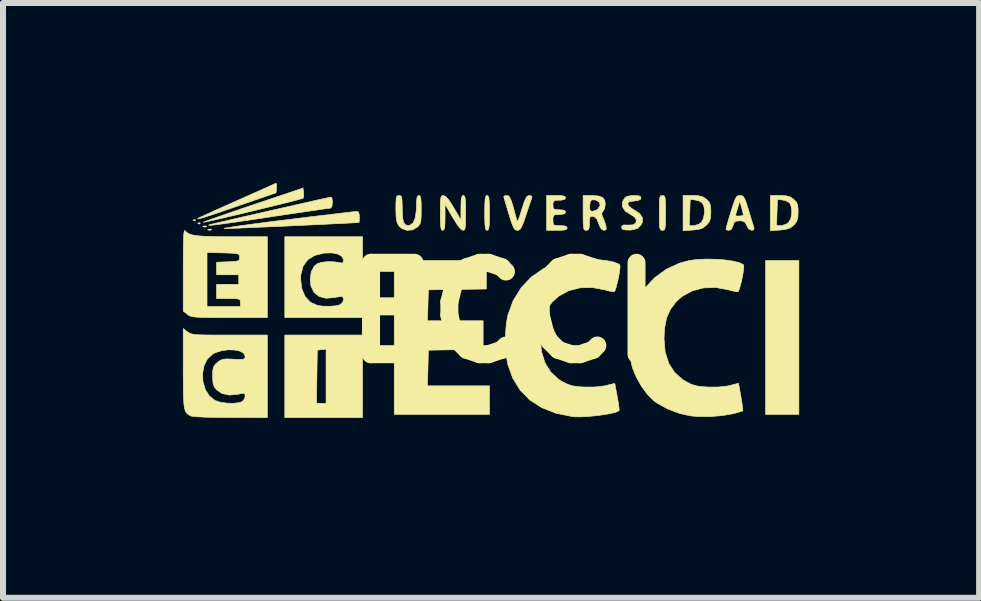
<source format=kicad_pcb>
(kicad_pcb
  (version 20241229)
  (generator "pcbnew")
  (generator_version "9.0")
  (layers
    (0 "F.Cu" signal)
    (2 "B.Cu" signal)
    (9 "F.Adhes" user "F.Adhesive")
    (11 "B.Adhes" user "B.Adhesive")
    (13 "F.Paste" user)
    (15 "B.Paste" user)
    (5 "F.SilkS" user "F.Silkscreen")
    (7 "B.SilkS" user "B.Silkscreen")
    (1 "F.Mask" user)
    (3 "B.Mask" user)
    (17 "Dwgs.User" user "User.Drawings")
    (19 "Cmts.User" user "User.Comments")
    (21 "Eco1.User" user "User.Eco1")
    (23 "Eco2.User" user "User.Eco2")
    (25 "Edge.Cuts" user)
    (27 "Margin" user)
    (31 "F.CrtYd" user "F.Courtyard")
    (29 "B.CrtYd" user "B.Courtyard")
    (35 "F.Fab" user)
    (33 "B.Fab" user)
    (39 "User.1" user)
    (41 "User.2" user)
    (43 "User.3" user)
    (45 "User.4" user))
  (footprint "ECCI"
    (layer "F.Cu")
    (at 5.35 2.167)
    (property "Reference" "ECCI" (at 0 0 0) (layer "F.SilkS") (effects (font (size 1.524 1.524) (thickness 0.3))))
    (attr through_hole)
    (fp_poly (pts (xy 4.921 1.693) (xy 4.366 1.693) (xy 4.366 -0.873) (xy 4.921 -0.873) (xy 4.921 1.693)) (stroke (width 0.01) (type solid)) (fill yes) (layer "F.SilkS"))
    (fp_poly (pts (xy -5.142 -1.552) (xy -5.145 -1.536) (xy -5.159 -1.535) (xy -5.181 -1.544) (xy -5.177 -1.552) (xy -5.146 -1.555) (xy -5.142 -1.552)) (stroke (width 0.01) (type solid)) (fill yes) (layer "F.SilkS"))
    (fp_poly (pts (xy -5.062 -1.499) (xy -5.066 -1.484) (xy -5.08 -1.482) (xy -5.102 -1.491) (xy -5.098 -1.499) (xy -5.066 -1.502) (xy -5.062 -1.499)) (stroke (width 0.01) (type solid)) (fill yes) (layer "F.SilkS"))
    (fp_poly (pts (xy -4.955 -1.445) (xy -4.963 -1.433) (xy -4.99 -1.431) (xy -5.018 -1.437) (xy -5.006 -1.447) (xy -4.964 -1.45) (xy -4.955 -1.445)) (stroke (width 0.01) (type solid)) (fill yes) (layer "F.SilkS"))
    (fp_poly (pts (xy -4.875 -1.392) (xy -4.883 -1.38) (xy -4.91 -1.378) (xy -4.938 -1.384) (xy -4.926 -1.394) (xy -4.885 -1.397) (xy -4.875 -1.392)) (stroke (width 0.01) (type solid)) (fill yes) (layer "F.SilkS"))
    (fp_poly (pts (xy -2.355 1.746) (xy -3.651 1.746) (xy -3.651 1.508) (xy -3.123 1.508) (xy -2.963 1.508) (xy -2.963 0.605) (xy -3.036 0.613) (xy -3.109 0.622) (xy -3.116 1.065) (xy -3.123 1.508) (xy -3.651 1.508) (xy -3.651 0.37) (xy -2.355 0.37) (xy -2.355 1.746)) (stroke (width 0.01) (type solid)) (fill yes) (layer "F.SilkS"))
    (fp_poly (pts (xy -0.291 -0.398) (xy -0.774 -0.391) (xy -1.257 -0.384) (xy -1.264 -0.126) (xy -1.272 0.132) (xy -0.344 0.132) (xy -0.344 0.607) (xy -0.8 0.615) (xy -1.257 0.622) (xy -1.264 0.919) (xy -1.272 1.217) (xy -0.238 1.217) (xy -0.238 1.693) (xy -1.826 1.693) (xy -1.826 -0.873) (xy -0.291 -0.873) (xy -0.291 -0.398)) (stroke (width 0.01) (type solid)) (fill yes) (layer "F.SilkS"))
    (fp_poly (pts (xy -0.26 -1.95) (xy -0.248 -1.919) (xy -0.242 -1.858) (xy -0.239 -1.758) (xy -0.238 -1.667) (xy -0.239 -1.537) (xy -0.243 -1.451) (xy -0.252 -1.401) (xy -0.265 -1.379) (xy -0.278 -1.376) (xy -0.296 -1.384) (xy -0.307 -1.415) (xy -0.314 -1.476) (xy -0.317 -1.576) (xy -0.318 -1.667) (xy -0.316 -1.797) (xy -0.312 -1.883) (xy -0.304 -1.933) (xy -0.29 -1.955) (xy -0.278 -1.958) (xy -0.26 -1.95)) (stroke (width 0.01) (type solid)) (fill yes) (layer "F.SilkS"))
    (fp_poly (pts (xy 2.669 -1.955) (xy 2.684 -1.938) (xy 2.693 -1.9) (xy 2.697 -1.831) (xy 2.699 -1.722) (xy 2.699 -1.667) (xy 2.698 -1.54) (xy 2.695 -1.456) (xy 2.688 -1.407) (xy 2.676 -1.383) (xy 2.656 -1.376) (xy 2.646 -1.376) (xy 2.623 -1.379) (xy 2.607 -1.395) (xy 2.599 -1.433) (xy 2.594 -1.503) (xy 2.593 -1.612) (xy 2.593 -1.667) (xy 2.594 -1.794) (xy 2.596 -1.878) (xy 2.603 -1.927) (xy 2.616 -1.95) (xy 2.636 -1.958) (xy 2.646 -1.958) (xy 2.669 -1.955)) (stroke (width 0.01) (type solid)) (fill yes) (layer "F.SilkS"))
    (fp_poly (pts (xy -3.789 -2.148) (xy -3.787 -2.098) (xy -3.788 -2.088) (xy -3.797 -2.002) (xy -4.432 -1.783) (xy -4.648 -1.709) (xy -4.818 -1.651) (xy -4.945 -1.609) (xy -5.033 -1.582) (xy -5.085 -1.568) (xy -5.105 -1.566) (xy -5.096 -1.576) (xy -5.08 -1.586) (xy -5.046 -1.602) (xy -4.97 -1.637) (xy -4.86 -1.687) (xy -4.722 -1.749) (xy -4.565 -1.819) (xy -4.432 -1.879) (xy -4.264 -1.953) (xy -4.113 -2.02) (xy -3.984 -2.078) (xy -3.885 -2.123) (xy -3.821 -2.152) (xy -3.802 -2.162) (xy -3.789 -2.148)) (stroke (width 0.01) (type solid)) (fill yes) (layer "F.SilkS"))
    (fp_poly (pts (xy -3.338 -2.004) (xy -3.337 -1.944) (xy -3.344 -1.912) (xy -3.372 -1.903) (xy -3.445 -1.883) (xy -3.554 -1.855) (xy -3.691 -1.82) (xy -3.851 -1.781) (xy -4.024 -1.739) (xy -4.204 -1.695) (xy -4.382 -1.652) (xy -4.552 -1.612) (xy -4.706 -1.576) (xy -4.836 -1.546) (xy -4.936 -1.524) (xy -4.996 -1.512) (xy -5.011 -1.51) (xy -4.994 -1.519) (xy -4.932 -1.542) (xy -4.831 -1.578) (xy -4.697 -1.625) (xy -4.534 -1.681) (xy -4.349 -1.745) (xy -4.194 -1.797) (xy -3.347 -2.082) (xy -3.338 -2.004)) (stroke (width 0.01) (type solid)) (fill yes) (layer "F.SilkS"))
    (fp_poly (pts (xy 3.247 -1.953) (xy 3.315 -1.936) (xy 3.372 -1.9) (xy 3.379 -1.894) (xy 3.423 -1.849) (xy 3.445 -1.799) (xy 3.452 -1.725) (xy 3.453 -1.683) (xy 3.449 -1.59) (xy 3.431 -1.528) (xy 3.393 -1.477) (xy 3.381 -1.464) (xy 3.327 -1.42) (xy 3.261 -1.395) (xy 3.165 -1.382) (xy 3.15 -1.381) (xy 2.99 -1.369) (xy 2.99 -1.455) (xy 3.093 -1.455) (xy 3.17 -1.455) (xy 3.25 -1.476) (xy 3.297 -1.511) (xy 3.331 -1.578) (xy 3.347 -1.668) (xy 3.342 -1.758) (xy 3.316 -1.827) (xy 3.307 -1.836) (xy 3.252 -1.868) (xy 3.188 -1.883) (xy 3.109 -1.892) (xy 3.101 -1.673) (xy 3.093 -1.455) (xy 2.99 -1.455) (xy 2.99 -1.958) (xy 3.147 -1.958) (xy 3.247 -1.953)) (stroke (width 0.01) (type solid)) (fill yes) (layer "F.SilkS"))
    (fp_poly (pts (xy 4.703 -1.953) (xy 4.771 -1.936) (xy 4.827 -1.9) (xy 4.834 -1.894) (xy 4.878 -1.849) (xy 4.9 -1.799) (xy 4.908 -1.725) (xy 4.908 -1.683) (xy 4.904 -1.59) (xy 4.886 -1.528) (xy 4.849 -1.477) (xy 4.836 -1.464) (xy 4.782 -1.42) (xy 4.716 -1.395) (xy 4.62 -1.382) (xy 4.605 -1.381) (xy 4.445 -1.369) (xy 4.445 -1.455) (xy 4.549 -1.455) (xy 4.625 -1.455) (xy 4.705 -1.476) (xy 4.752 -1.511) (xy 4.787 -1.578) (xy 4.802 -1.668) (xy 4.797 -1.758) (xy 4.771 -1.827) (xy 4.763 -1.836) (xy 4.708 -1.868) (xy 4.643 -1.883) (xy 4.564 -1.892) (xy 4.556 -1.673) (xy 4.549 -1.455) (xy 4.445 -1.455) (xy 4.445 -1.958) (xy 4.602 -1.958) (xy 4.703 -1.953)) (stroke (width 0.01) (type solid)) (fill yes) (layer "F.SilkS"))
    (fp_poly (pts (xy 2.25 -1.952) (xy 2.285 -1.937) (xy 2.285 -1.937) (xy 2.286 -1.899) (xy 2.243 -1.874) (xy 2.17 -1.865) (xy 2.095 -1.854) (xy 2.067 -1.823) (xy 2.085 -1.78) (xy 2.149 -1.731) (xy 2.169 -1.72) (xy 2.268 -1.654) (xy 2.315 -1.581) (xy 2.309 -1.505) (xy 2.284 -1.461) (xy 2.234 -1.412) (xy 2.167 -1.388) (xy 2.11 -1.381) (xy 2.034 -1.382) (xy 1.982 -1.393) (xy 1.972 -1.401) (xy 1.965 -1.443) (xy 2.001 -1.466) (xy 2.072 -1.464) (xy 2.155 -1.467) (xy 2.202 -1.499) (xy 2.211 -1.547) (xy 2.179 -1.6) (xy 2.113 -1.642) (xy 2.024 -1.698) (xy 1.978 -1.77) (xy 1.979 -1.851) (xy 1.982 -1.858) (xy 2.016 -1.914) (xy 2.051 -1.941) (xy 2.111 -1.954) (xy 2.184 -1.957) (xy 2.25 -1.952)) (stroke (width 0.01) (type solid)) (fill yes) (layer "F.SilkS"))
    (fp_poly (pts (xy -2.422 -1.68) (xy -2.409 -1.632) (xy -2.408 -1.601) (xy -2.409 -1.539) (xy -2.413 -1.508) (xy -2.414 -1.507) (xy -2.451 -1.504) (xy -2.535 -1.5) (xy -2.657 -1.493) (xy -2.811 -1.486) (xy -2.991 -1.477) (xy -3.188 -1.468) (xy -3.398 -1.458) (xy -3.612 -1.448) (xy -3.823 -1.439) (xy -4.025 -1.43) (xy -4.211 -1.422) (xy -4.373 -1.415) (xy -4.506 -1.41) (xy -4.602 -1.407) (xy -4.653 -1.406) (xy -4.657 -1.406) (xy -4.662 -1.409) (xy -4.619 -1.418) (xy -4.533 -1.432) (xy -4.407 -1.451) (xy -4.247 -1.473) (xy -4.056 -1.498) (xy -3.839 -1.526) (xy -3.651 -1.549) (xy -3.409 -1.579) (xy -3.182 -1.607) (xy -2.976 -1.631) (xy -2.796 -1.653) (xy -2.649 -1.67) (xy -2.538 -1.683) (xy -2.472 -1.69) (xy -2.454 -1.692) (xy -2.422 -1.68)) (stroke (width 0.01) (type solid)) (fill yes) (layer "F.SilkS"))
    (fp_poly (pts (xy -2.864 -1.908) (xy -2.858 -1.851) (xy -2.857 -1.839) (xy -2.866 -1.772) (xy -2.89 -1.746) (xy -2.891 -1.746) (xy -2.924 -1.742) (xy -3.003 -1.732) (xy -3.123 -1.714) (xy -3.277 -1.692) (xy -3.459 -1.665) (xy -3.663 -1.635) (xy -3.883 -1.602) (xy -3.889 -1.601) (xy -4.167 -1.559) (xy -4.395 -1.525) (xy -4.578 -1.499) (xy -4.718 -1.48) (xy -4.819 -1.467) (xy -4.884 -1.46) (xy -4.917 -1.459) (xy -4.92 -1.464) (xy -4.908 -1.469) (xy -4.876 -1.478) (xy -4.8 -1.496) (xy -4.686 -1.522) (xy -4.542 -1.556) (xy -4.374 -1.595) (xy -4.188 -1.637) (xy -3.992 -1.682) (xy -3.793 -1.727) (xy -3.597 -1.771) (xy -3.412 -1.813) (xy -3.244 -1.851) (xy -3.099 -1.884) (xy -2.985 -1.909) (xy -2.909 -1.925) (xy -2.877 -1.931) (xy -2.877 -1.931) (xy -2.864 -1.908)) (stroke (width 0.01) (type solid)) (fill yes) (layer "F.SilkS"))
    (fp_poly (pts (xy 0.467 -1.945) (xy 0.47 -1.925) (xy 0.457 -1.887) (xy 0.431 -1.811) (xy 0.397 -1.71) (xy 0.372 -1.634) (xy 0.332 -1.516) (xy 0.301 -1.44) (xy 0.275 -1.397) (xy 0.25 -1.379) (xy 0.227 -1.376) (xy 0.199 -1.381) (xy 0.175 -1.403) (xy 0.151 -1.45) (xy 0.121 -1.531) (xy 0.084 -1.651) (xy 0.05 -1.764) (xy 0.022 -1.858) (xy 0.005 -1.921) (xy 0 -1.942) (xy 0.022 -1.955) (xy 0.051 -1.958) (xy 0.076 -1.952) (xy 0.098 -1.929) (xy 0.121 -1.881) (xy 0.148 -1.801) (xy 0.181 -1.681) (xy 0.206 -1.587) (xy 0.217 -1.546) (xy 0.228 -1.53) (xy 0.241 -1.547) (xy 0.262 -1.601) (xy 0.293 -1.699) (xy 0.301 -1.726) (xy 0.337 -1.838) (xy 0.366 -1.908) (xy 0.391 -1.945) (xy 0.419 -1.957) (xy 0.427 -1.958) (xy 0.467 -1.945)) (stroke (width 0.01) (type solid)) (fill yes) (layer "F.SilkS"))
    (fp_poly (pts (xy 0.965 -1.955) (xy 1.015 -1.944) (xy 1.032 -1.923) (xy 1.032 -1.918) (xy 1.014 -1.891) (xy 0.956 -1.879) (xy 0.926 -1.879) (xy 0.858 -1.875) (xy 0.828 -1.858) (xy 0.82 -1.816) (xy 0.82 -1.799) (xy 0.824 -1.748) (xy 0.847 -1.726) (xy 0.903 -1.72) (xy 0.926 -1.72) (xy 1 -1.713) (xy 1.03 -1.692) (xy 1.032 -1.68) (xy 1.014 -1.653) (xy 0.956 -1.641) (xy 0.926 -1.64) (xy 0.858 -1.638) (xy 0.828 -1.62) (xy 0.82 -1.575) (xy 0.82 -1.548) (xy 0.823 -1.491) (xy 0.84 -1.464) (xy 0.886 -1.456) (xy 0.939 -1.455) (xy 1.018 -1.45) (xy 1.053 -1.432) (xy 1.058 -1.416) (xy 1.047 -1.393) (xy 1.006 -1.381) (xy 0.925 -1.376) (xy 0.886 -1.376) (xy 0.714 -1.376) (xy 0.714 -1.958) (xy 0.873 -1.958) (xy 0.965 -1.955)) (stroke (width 0.01) (type solid)) (fill yes) (layer "F.SilkS"))
    (fp_poly (pts (xy -1.396 -1.949) (xy -1.384 -1.914) (xy -1.378 -1.846) (xy -1.376 -1.735) (xy -1.376 -1.724) (xy -1.377 -1.609) (xy -1.383 -1.534) (xy -1.396 -1.486) (xy -1.42 -1.451) (xy -1.437 -1.433) (xy -1.522 -1.384) (xy -1.617 -1.376) (xy -1.704 -1.408) (xy -1.744 -1.446) (xy -1.773 -1.491) (xy -1.789 -1.547) (xy -1.797 -1.628) (xy -1.799 -1.737) (xy -1.798 -1.845) (xy -1.793 -1.911) (xy -1.783 -1.945) (xy -1.763 -1.957) (xy -1.746 -1.958) (xy -1.72 -1.954) (xy -1.705 -1.934) (xy -1.697 -1.889) (xy -1.694 -1.807) (xy -1.693 -1.736) (xy -1.689 -1.604) (xy -1.673 -1.517) (xy -1.643 -1.47) (xy -1.596 -1.457) (xy -1.57 -1.46) (xy -1.514 -1.497) (xy -1.476 -1.582) (xy -1.458 -1.712) (xy -1.456 -1.779) (xy -1.453 -1.878) (xy -1.444 -1.934) (xy -1.426 -1.956) (xy -1.416 -1.958) (xy -1.396 -1.949)) (stroke (width 0.01) (type solid)) (fill yes) (layer "F.SilkS"))
    (fp_poly (pts (xy -0.657 -1.95) (xy -0.645 -1.919) (xy -0.638 -1.858) (xy -0.635 -1.758) (xy -0.635 -1.667) (xy -0.636 -1.539) (xy -0.639 -1.455) (xy -0.647 -1.405) (xy -0.659 -1.382) (xy -0.679 -1.376) (xy -0.681 -1.376) (xy -0.72 -1.4) (xy -0.777 -1.472) (xy -0.849 -1.588) (xy -0.853 -1.594) (xy -0.979 -1.812) (xy -0.979 -1.594) (xy -0.981 -1.484) (xy -0.987 -1.417) (xy -1 -1.384) (xy -1.019 -1.376) (xy -1.036 -1.384) (xy -1.048 -1.415) (xy -1.055 -1.476) (xy -1.058 -1.576) (xy -1.058 -1.667) (xy -1.058 -1.794) (xy -1.055 -1.878) (xy -1.048 -1.927) (xy -1.035 -1.95) (xy -1.015 -1.958) (xy -1.006 -1.958) (xy -0.968 -1.941) (xy -0.918 -1.885) (xy -0.854 -1.787) (xy -0.834 -1.753) (xy -0.714 -1.549) (xy -0.714 -1.753) (xy -0.712 -1.86) (xy -0.705 -1.923) (xy -0.691 -1.952) (xy -0.675 -1.958) (xy -0.657 -1.95)) (stroke (width 0.01) (type solid)) (fill yes) (layer "F.SilkS"))
    (fp_poly (pts (xy -2.355 0.079) (xy -3.651 0.079) (xy -3.651 -0.561) (xy -3.387 -0.561) (xy -3.367 -0.401) (xy -3.312 -0.272) (xy -3.223 -0.177) (xy -3.109 -0.125) (xy -3.02 -0.112) (xy -2.912 -0.11) (xy -2.81 -0.117) (xy -2.74 -0.132) (xy -2.69 -0.17) (xy -2.67 -0.223) (xy -2.686 -0.27) (xy -2.718 -0.272) (xy -2.782 -0.264) (xy -2.818 -0.256) (xy -2.962 -0.243) (xy -3.079 -0.273) (xy -3.165 -0.342) (xy -3.215 -0.448) (xy -3.228 -0.553) (xy -3.21 -0.687) (xy -3.158 -0.782) (xy -3.105 -0.822) (xy -3.033 -0.844) (xy -2.932 -0.854) (xy -2.825 -0.851) (xy -2.735 -0.836) (xy -2.729 -0.835) (xy -2.687 -0.83) (xy -2.673 -0.861) (xy -2.672 -0.883) (xy -2.696 -0.939) (xy -2.763 -0.979) (xy -2.864 -1) (xy -2.989 -0.997) (xy -2.996 -0.996) (xy -3.153 -0.958) (xy -3.269 -0.886) (xy -3.346 -0.779) (xy -3.383 -0.637) (xy -3.387 -0.561) (xy -3.651 -0.561) (xy -3.651 -1.27) (xy -2.355 -1.27) (xy -2.355 0.079)) (stroke (width 0.01) (type solid)) (fill yes) (layer "F.SilkS"))
    (fp_poly (pts (xy 3.972 -1.954) (xy 3.997 -1.937) (xy 4.02 -1.897) (xy 4.047 -1.826) (xy 4.082 -1.714) (xy 4.086 -1.7) (xy 4.12 -1.588) (xy 4.149 -1.493) (xy 4.169 -1.429) (xy 4.175 -1.409) (xy 4.163 -1.382) (xy 4.133 -1.376) (xy 4.081 -1.401) (xy 4.052 -1.455) (xy 4.024 -1.51) (xy 3.98 -1.532) (xy 3.933 -1.535) (xy 3.868 -1.528) (xy 3.837 -1.501) (xy 3.823 -1.455) (xy 3.796 -1.393) (xy 3.755 -1.376) (xy 3.713 -1.384) (xy 3.704 -1.395) (xy 3.712 -1.426) (xy 3.731 -1.497) (xy 3.76 -1.596) (xy 3.768 -1.621) (xy 3.863 -1.621) (xy 3.886 -1.616) (xy 3.929 -1.614) (xy 3.979 -1.621) (xy 3.995 -1.634) (xy 3.988 -1.67) (xy 3.972 -1.735) (xy 3.965 -1.759) (xy 3.936 -1.865) (xy 3.9 -1.746) (xy 3.878 -1.675) (xy 3.865 -1.629) (xy 3.863 -1.621) (xy 3.768 -1.621) (xy 3.788 -1.686) (xy 3.826 -1.806) (xy 3.854 -1.885) (xy 3.877 -1.93) (xy 3.901 -1.952) (xy 3.93 -1.957) (xy 3.94 -1.958) (xy 3.972 -1.954)) (stroke (width 0.01) (type solid)) (fill yes) (layer "F.SilkS"))
    (fp_poly (pts (xy 1.574 -1.95) (xy 1.647 -1.925) (xy 1.684 -1.877) (xy 1.693 -1.815) (xy 1.683 -1.745) (xy 1.658 -1.697) (xy 1.656 -1.695) (xy 1.633 -1.664) (xy 1.641 -1.62) (xy 1.653 -1.593) (xy 1.685 -1.512) (xy 1.704 -1.449) (xy 1.71 -1.396) (xy 1.688 -1.377) (xy 1.67 -1.376) (xy 1.629 -1.394) (xy 1.595 -1.454) (xy 1.583 -1.488) (xy 1.55 -1.567) (xy 1.509 -1.604) (xy 1.488 -1.609) (xy 1.452 -1.609) (xy 1.434 -1.587) (xy 1.429 -1.53) (xy 1.429 -1.497) (xy 1.425 -1.422) (xy 1.411 -1.386) (xy 1.381 -1.376) (xy 1.376 -1.376) (xy 1.353 -1.379) (xy 1.337 -1.395) (xy 1.329 -1.433) (xy 1.324 -1.503) (xy 1.323 -1.612) (xy 1.323 -1.667) (xy 1.323 -1.727) (xy 1.433 -1.727) (xy 1.448 -1.699) (xy 1.478 -1.693) (xy 1.54 -1.711) (xy 1.572 -1.735) (xy 1.608 -1.795) (xy 1.595 -1.846) (xy 1.537 -1.879) (xy 1.507 -1.885) (xy 1.464 -1.883) (xy 1.443 -1.856) (xy 1.434 -1.793) (xy 1.433 -1.727) (xy 1.323 -1.727) (xy 1.323 -1.958) (xy 1.457 -1.958) (xy 1.574 -1.95)) (stroke (width 0.01) (type solid)) (fill yes) (layer "F.SilkS"))
    (fp_poly (pts (xy -5.312 -1.369) (xy -5.312 -1.369) (xy -5.282 -1.338) (xy -5.24 -1.315) (xy -5.18 -1.297) (xy -5.096 -1.285) (xy -4.98 -1.276) (xy -4.827 -1.272) (xy -4.63 -1.27) (xy -4.536 -1.27) (xy -3.942 -1.27) (xy -3.942 0.079) (xy -4.574 0.079) (xy -4.773 0.079) (xy -4.927 0.078) (xy -5.042 0.076) (xy -5.125 0.071) (xy -5.182 0.065) (xy -5.222 0.055) (xy -5.251 0.042) (xy -5.275 0.025) (xy -5.345 -0.03) (xy -5.345 -0.106) (xy -4.948 -0.106) (xy -4.392 -0.106) (xy -4.392 -0.172) (xy -4.395 -0.206) (xy -4.409 -0.225) (xy -4.448 -0.235) (xy -4.521 -0.238) (xy -4.591 -0.238) (xy -4.789 -0.238) (xy -4.789 -0.476) (xy -4.419 -0.476) (xy -4.419 -0.635) (xy -4.789 -0.635) (xy -4.789 -0.844) (xy -4.597 -0.852) (xy -4.498 -0.857) (xy -4.441 -0.865) (xy -4.414 -0.88) (xy -4.406 -0.907) (xy -4.405 -0.926) (xy -4.407 -0.956) (xy -4.419 -0.975) (xy -4.45 -0.987) (xy -4.51 -0.994) (xy -4.608 -0.998) (xy -4.677 -1) (xy -4.948 -1.007) (xy -4.948 -0.106) (xy -5.345 -0.106) (xy -5.345 -0.721) (xy -5.344 -0.934) (xy -5.343 -1.099) (xy -5.34 -1.221) (xy -5.336 -1.304) (xy -5.33 -1.353) (xy -5.322 -1.373) (xy -5.312 -1.369)) (stroke (width 0.01) (type solid)) (fill yes) (layer "F.SilkS"))
    (fp_poly (pts (xy -5.275 0.316) (xy -5.25 0.333) (xy -5.222 0.346) (xy -5.182 0.356) (xy -5.124 0.363) (xy -5.04 0.367) (xy -4.925 0.369) (xy -4.771 0.37) (xy -4.574 0.37) (xy -3.942 0.37) (xy -3.942 1.746) (xy -4.557 1.745) (xy -4.782 1.744) (xy -4.963 1.74) (xy -5.1 1.733) (xy -5.19 1.725) (xy -5.226 1.716) (xy -5.261 1.695) (xy -5.289 1.671) (xy -5.309 1.638) (xy -5.324 1.589) (xy -5.334 1.518) (xy -5.34 1.418) (xy -5.343 1.284) (xy -5.344 1.108) (xy -5.345 1.013) (xy -5.022 1.013) (xy -5.015 1.147) (xy -4.978 1.275) (xy -4.911 1.383) (xy -4.816 1.46) (xy -4.73 1.489) (xy -4.62 1.505) (xy -4.505 1.508) (xy -4.408 1.496) (xy -4.364 1.481) (xy -4.323 1.435) (xy -4.313 1.392) (xy -4.316 1.355) (xy -4.336 1.341) (xy -4.386 1.347) (xy -4.428 1.357) (xy -4.574 1.371) (xy -4.699 1.344) (xy -4.791 1.281) (xy -4.829 1.23) (xy -4.848 1.171) (xy -4.855 1.082) (xy -4.855 1.054) (xy -4.852 0.961) (xy -4.84 0.903) (xy -4.811 0.859) (xy -4.778 0.828) (xy -4.732 0.794) (xy -4.686 0.775) (xy -4.623 0.768) (xy -4.526 0.771) (xy -4.507 0.772) (xy -4.407 0.776) (xy -4.349 0.774) (xy -4.322 0.762) (xy -4.313 0.739) (xy -4.313 0.723) (xy -4.336 0.673) (xy -4.399 0.638) (xy -4.489 0.619) (xy -4.596 0.616) (xy -4.706 0.631) (xy -4.809 0.664) (xy -4.856 0.688) (xy -4.943 0.771) (xy -4.998 0.883) (xy -5.022 1.013) (xy -5.345 1.013) (xy -5.345 0.932) (xy -5.345 0.261) (xy -5.275 0.316)) (stroke (width 0.01) (type solid)) (fill yes) (layer "F.SilkS"))
    (fp_poly (pts (xy 1.582 -0.887) (xy 1.724 -0.87) (xy 1.839 -0.846) (xy 1.918 -0.814) (xy 1.935 -0.8) (xy 1.939 -0.767) (xy 1.932 -0.698) (xy 1.917 -0.608) (xy 1.896 -0.513) (xy 1.874 -0.429) (xy 1.854 -0.369) (xy 1.844 -0.353) (xy 1.813 -0.353) (xy 1.749 -0.366) (xy 1.691 -0.382) (xy 1.478 -0.422) (xy 1.273 -0.418) (xy 1.083 -0.369) (xy 0.917 -0.279) (xy 0.808 -0.181) (xy 0.708 -0.045) (xy 0.645 0.107) (xy 0.613 0.285) (xy 0.609 0.41) (xy 0.628 0.639) (xy 0.687 0.832) (xy 0.786 0.991) (xy 0.924 1.115) (xy 0.984 1.151) (xy 1.069 1.192) (xy 1.15 1.217) (xy 1.249 1.231) (xy 1.349 1.237) (xy 1.518 1.236) (xy 1.663 1.22) (xy 1.713 1.209) (xy 1.79 1.19) (xy 1.84 1.179) (xy 1.852 1.178) (xy 1.857 1.205) (xy 1.869 1.272) (xy 1.886 1.365) (xy 1.893 1.402) (xy 1.911 1.503) (xy 1.922 1.582) (xy 1.924 1.627) (xy 1.922 1.632) (xy 1.876 1.654) (xy 1.79 1.676) (xy 1.675 1.697) (xy 1.545 1.714) (xy 1.411 1.727) (xy 1.286 1.734) (xy 1.183 1.733) (xy 1.151 1.73) (xy 0.875 1.675) (xy 0.636 1.582) (xy 0.436 1.454) (xy 0.273 1.289) (xy 0.15 1.088) (xy 0.067 0.859) (xy 0.042 0.716) (xy 0.029 0.543) (xy 0.029 0.359) (xy 0.042 0.186) (xy 0.066 0.043) (xy 0.067 0.041) (xy 0.156 -0.202) (xy 0.287 -0.415) (xy 0.455 -0.594) (xy 0.658 -0.735) (xy 0.892 -0.834) (xy 0.985 -0.86) (xy 1.117 -0.882) (xy 1.267 -0.893) (xy 1.426 -0.895) (xy 1.582 -0.887)) (stroke (width 0.01) (type solid)) (fill yes) (layer "F.SilkS"))
    (fp_poly (pts (xy 3.533 -0.894) (xy 3.684 -0.883) (xy 3.819 -0.864) (xy 3.926 -0.838) (xy 3.993 -0.806) (xy 3.999 -0.8) (xy 4.003 -0.767) (xy 3.996 -0.698) (xy 3.981 -0.608) (xy 3.96 -0.513) (xy 3.938 -0.429) (xy 3.917 -0.369) (xy 3.907 -0.353) (xy 3.877 -0.353) (xy 3.813 -0.366) (xy 3.755 -0.382) (xy 3.542 -0.422) (xy 3.336 -0.417) (xy 3.145 -0.368) (xy 2.977 -0.277) (xy 2.876 -0.188) (xy 2.779 -0.06) (xy 2.715 0.084) (xy 2.681 0.256) (xy 2.672 0.428) (xy 2.691 0.651) (xy 2.75 0.838) (xy 2.847 0.992) (xy 2.985 1.114) (xy 3.046 1.15) (xy 3.131 1.192) (xy 3.212 1.217) (xy 3.31 1.231) (xy 3.413 1.237) (xy 3.582 1.236) (xy 3.727 1.22) (xy 3.777 1.209) (xy 3.853 1.189) (xy 3.904 1.177) (xy 3.916 1.175) (xy 3.92 1.2) (xy 3.931 1.265) (xy 3.948 1.359) (xy 3.955 1.4) (xy 3.972 1.502) (xy 3.982 1.583) (xy 3.985 1.628) (xy 3.984 1.634) (xy 3.955 1.645) (xy 3.89 1.664) (xy 3.832 1.68) (xy 3.644 1.713) (xy 3.431 1.73) (xy 3.219 1.727) (xy 3.109 1.717) (xy 2.925 1.675) (xy 2.735 1.603) (xy 2.564 1.51) (xy 2.5 1.464) (xy 2.398 1.362) (xy 2.297 1.226) (xy 2.21 1.072) (xy 2.146 0.917) (xy 2.143 0.907) (xy 2.113 0.769) (xy 2.095 0.598) (xy 2.09 0.413) (xy 2.097 0.235) (xy 2.117 0.081) (xy 2.127 0.036) (xy 2.215 -0.196) (xy 2.345 -0.404) (xy 2.512 -0.583) (xy 2.709 -0.727) (xy 2.93 -0.829) (xy 3.093 -0.873) (xy 3.226 -0.89) (xy 3.376 -0.897) (xy 3.533 -0.894)) (stroke (width 0.01) (type solid)) (fill yes) (layer "F.SilkS")))
  (gr_rect
    (start -3 -3)
    (end 13.276 6.918)
    (stroke (width 0.1) (type default))
    (fill no)
    (layer "Edge.Cuts")))
</source>
